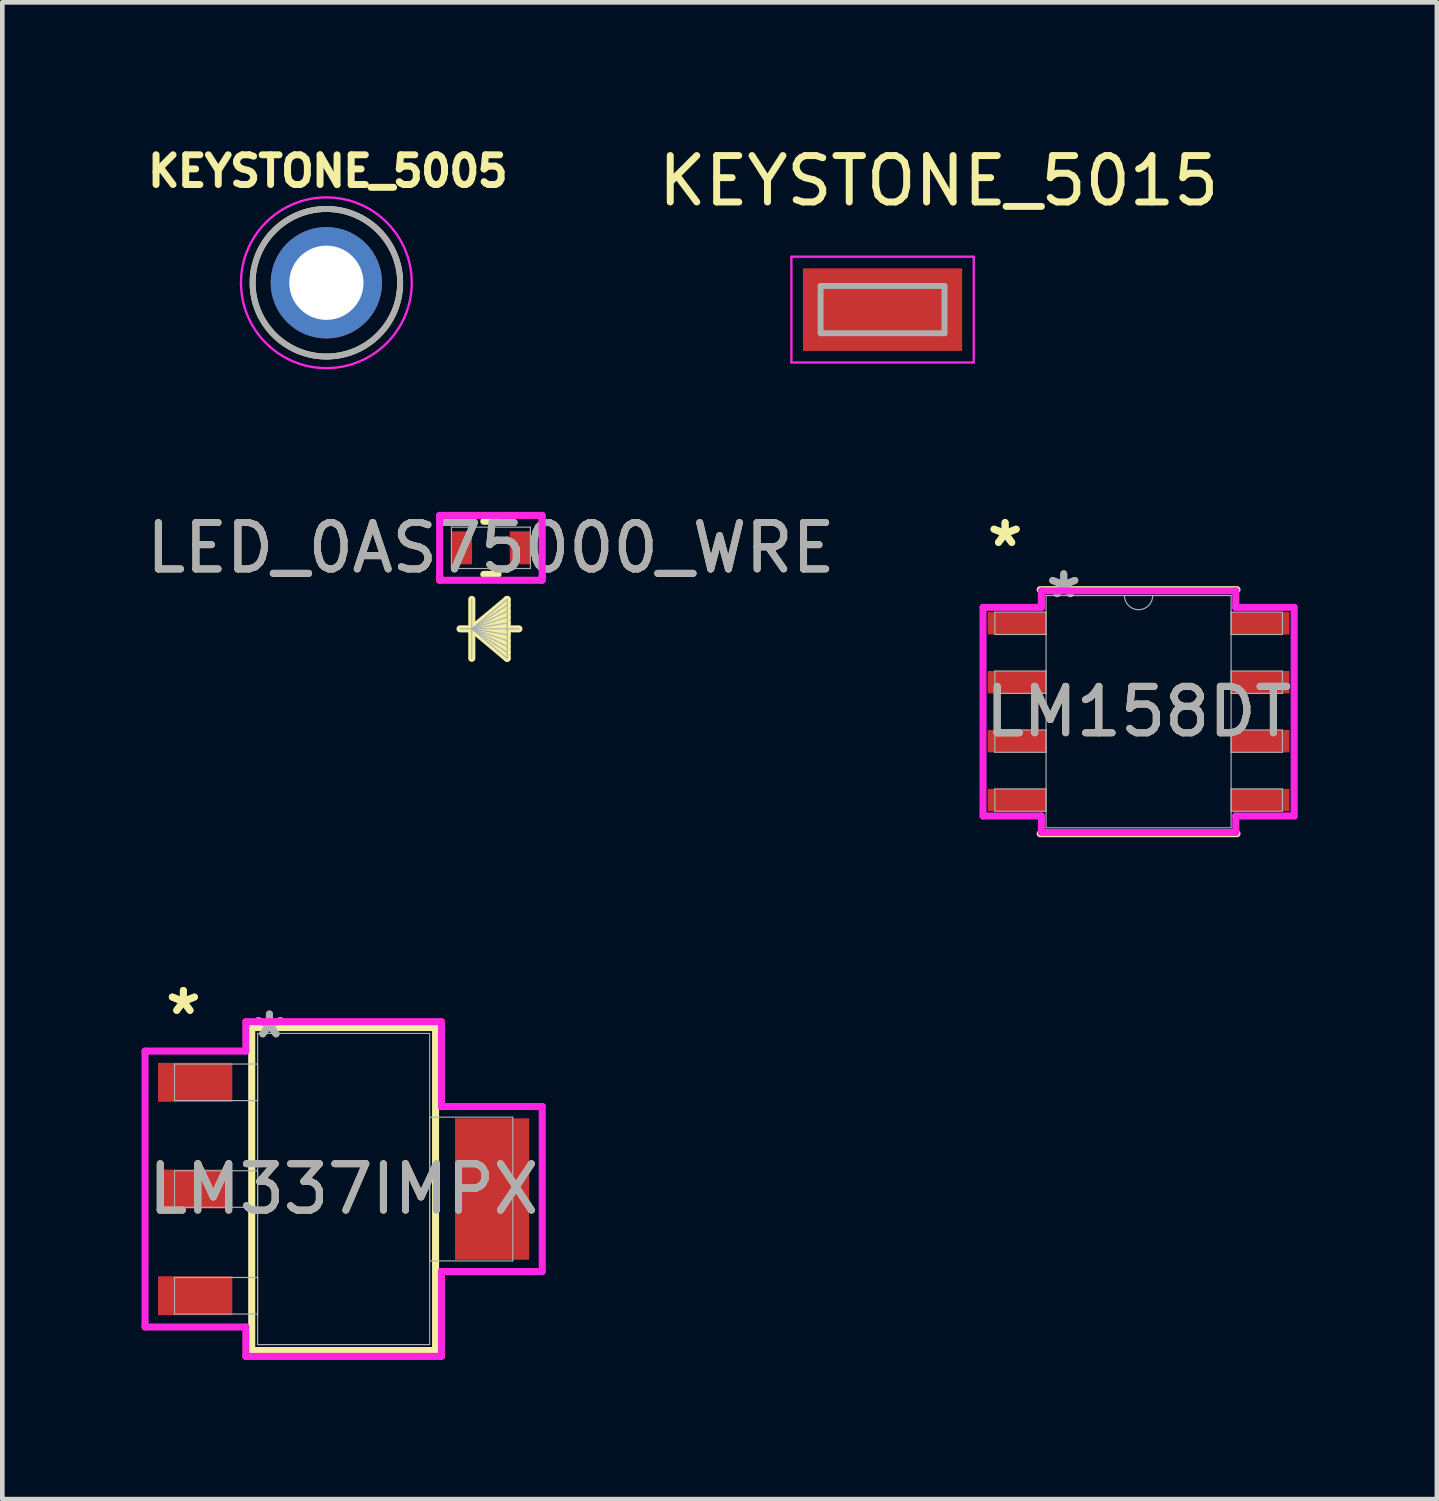
<source format=kicad_pcb>
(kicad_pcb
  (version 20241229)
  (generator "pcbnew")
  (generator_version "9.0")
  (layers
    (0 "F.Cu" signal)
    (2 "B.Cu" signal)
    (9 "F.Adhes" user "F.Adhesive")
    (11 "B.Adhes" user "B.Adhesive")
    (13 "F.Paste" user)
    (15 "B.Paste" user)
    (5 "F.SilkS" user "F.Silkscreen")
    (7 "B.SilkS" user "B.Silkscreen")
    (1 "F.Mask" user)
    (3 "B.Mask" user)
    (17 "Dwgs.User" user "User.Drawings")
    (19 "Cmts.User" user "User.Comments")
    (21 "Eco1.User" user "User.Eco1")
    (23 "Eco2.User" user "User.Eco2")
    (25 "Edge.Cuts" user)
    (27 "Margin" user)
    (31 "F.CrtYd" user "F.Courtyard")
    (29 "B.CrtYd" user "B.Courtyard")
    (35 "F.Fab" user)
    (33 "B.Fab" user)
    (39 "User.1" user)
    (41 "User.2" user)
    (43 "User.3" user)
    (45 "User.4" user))
  (footprint "LM158DT"
    (layer "F.Cu")
    (at 21.489 12.288)
    (property "Reference" "LM158DT" (at 0 0 0) (unlocked yes) (layer "F.SilkS") (effects (font (size 1 1) (thickness 0.15))))
    (attr smd)
    (fp_line (start -2.121 2.629) (end 2.121 2.629) (stroke (width 0.152) (type solid)) (layer "F.SilkS"))
    (fp_line (start 2.121 -2.629) (end -2.121 -2.629) (stroke (width 0.152) (type solid)) (layer "F.SilkS"))
    (fp_line (start -3.353 -2.248) (end -2.095 -2.248) (stroke (width 0.152) (type solid)) (layer "F.CrtYd"))
    (fp_line (start -3.353 2.248) (end -3.353 -2.248) (stroke (width 0.152) (type solid)) (layer "F.CrtYd"))
    (fp_line (start -3.353 2.248) (end -2.095 2.248) (stroke (width 0.152) (type solid)) (layer "F.CrtYd"))
    (fp_line (start -2.095 -2.603) (end 2.095 -2.603) (stroke (width 0.152) (type solid)) (layer "F.CrtYd"))
    (fp_line (start -2.095 -2.248) (end -2.095 -2.603) (stroke (width 0.152) (type solid)) (layer "F.CrtYd"))
    (fp_line (start -2.095 2.603) (end -2.095 2.248) (stroke (width 0.152) (type solid)) (layer "F.CrtYd"))
    (fp_line (start 2.095 -2.603) (end 2.095 -2.248) (stroke (width 0.152) (type solid)) (layer "F.CrtYd"))
    (fp_line (start 2.095 2.248) (end 2.095 2.603) (stroke (width 0.152) (type solid)) (layer "F.CrtYd"))
    (fp_line (start 2.095 2.603) (end -2.095 2.603) (stroke (width 0.152) (type solid)) (layer "F.CrtYd"))
    (fp_line (start 3.353 -2.248) (end 2.095 -2.248) (stroke (width 0.152) (type solid)) (layer "F.CrtYd"))
    (fp_line (start 3.353 -2.248) (end 3.353 2.248) (stroke (width 0.152) (type solid)) (layer "F.CrtYd"))
    (fp_line (start 3.353 2.248) (end 2.095 2.248) (stroke (width 0.152) (type solid)) (layer "F.CrtYd"))
    (fp_line (start -3.099 -2.146) (end -3.099 -1.664) (stroke (width 0.025) (type solid)) (layer "F.Fab"))
    (fp_line (start -3.099 -1.664) (end -1.994 -1.664) (stroke (width 0.025) (type solid)) (layer "F.Fab"))
    (fp_line (start -3.099 -0.876) (end -3.099 -0.394) (stroke (width 0.025) (type solid)) (layer "F.Fab"))
    (fp_line (start -3.099 -0.394) (end -1.994 -0.394) (stroke (width 0.025) (type solid)) (layer "F.Fab"))
    (fp_line (start -3.099 0.394) (end -3.099 0.876) (stroke (width 0.025) (type solid)) (layer "F.Fab"))
    (fp_line (start -3.099 0.876) (end -1.994 0.876) (stroke (width 0.025) (type solid)) (layer "F.Fab"))
    (fp_line (start -3.099 1.664) (end -3.099 2.146) (stroke (width 0.025) (type solid)) (layer "F.Fab"))
    (fp_line (start -3.099 2.146) (end -1.994 2.146) (stroke (width 0.025) (type solid)) (layer "F.Fab"))
    (fp_line (start -1.994 -2.502) (end -1.994 2.502) (stroke (width 0.025) (type solid)) (layer "F.Fab"))
    (fp_line (start -1.994 -2.146) (end -3.099 -2.146) (stroke (width 0.025) (type solid)) (layer "F.Fab"))
    (fp_line (start -1.994 -1.664) (end -1.994 -2.146) (stroke (width 0.025) (type solid)) (layer "F.Fab"))
    (fp_line (start -1.994 -0.876) (end -3.099 -0.876) (stroke (width 0.025) (type solid)) (layer "F.Fab"))
    (fp_line (start -1.994 -0.394) (end -1.994 -0.876) (stroke (width 0.025) (type solid)) (layer "F.Fab"))
    (fp_line (start -1.994 0.394) (end -3.099 0.394) (stroke (width 0.025) (type solid)) (layer "F.Fab"))
    (fp_line (start -1.994 0.876) (end -1.994 0.394) (stroke (width 0.025) (type solid)) (layer "F.Fab"))
    (fp_line (start -1.994 1.664) (end -3.099 1.664) (stroke (width 0.025) (type solid)) (layer "F.Fab"))
    (fp_line (start -1.994 2.146) (end -1.994 1.664) (stroke (width 0.025) (type solid)) (layer "F.Fab"))
    (fp_line (start -1.994 2.502) (end 1.994 2.502) (stroke (width 0.025) (type solid)) (layer "F.Fab"))
    (fp_line (start 1.994 -2.502) (end -1.994 -2.502) (stroke (width 0.025) (type solid)) (layer "F.Fab"))
    (fp_line (start 1.994 -2.146) (end 1.994 -1.664) (stroke (width 0.025) (type solid)) (layer "F.Fab"))
    (fp_line (start 1.994 -1.664) (end 3.099 -1.664) (stroke (width 0.025) (type solid)) (layer "F.Fab"))
    (fp_line (start 1.994 -0.876) (end 1.994 -0.394) (stroke (width 0.025) (type solid)) (layer "F.Fab"))
    (fp_line (start 1.994 -0.394) (end 3.099 -0.394) (stroke (width 0.025) (type solid)) (layer "F.Fab"))
    (fp_line (start 1.994 0.394) (end 1.994 0.876) (stroke (width 0.025) (type solid)) (layer "F.Fab"))
    (fp_line (start 1.994 0.876) (end 3.099 0.876) (stroke (width 0.025) (type solid)) (layer "F.Fab"))
    (fp_line (start 1.994 1.664) (end 1.994 2.146) (stroke (width 0.025) (type solid)) (layer "F.Fab"))
    (fp_line (start 1.994 2.146) (end 3.099 2.146) (stroke (width 0.025) (type solid)) (layer "F.Fab"))
    (fp_line (start 1.994 2.502) (end 1.994 -2.502) (stroke (width 0.025) (type solid)) (layer "F.Fab"))
    (fp_line (start 3.099 -2.146) (end 1.994 -2.146) (stroke (width 0.025) (type solid)) (layer "F.Fab"))
    (fp_line (start 3.099 -1.664) (end 3.099 -2.146) (stroke (width 0.025) (type solid)) (layer "F.Fab"))
    (fp_line (start 3.099 -0.876) (end 1.994 -0.876) (stroke (width 0.025) (type solid)) (layer "F.Fab"))
    (fp_line (start 3.099 -0.394) (end 3.099 -0.876) (stroke (width 0.025) (type solid)) (layer "F.Fab"))
    (fp_line (start 3.099 0.394) (end 1.994 0.394) (stroke (width 0.025) (type solid)) (layer "F.Fab"))
    (fp_line (start 3.099 0.876) (end 3.099 0.394) (stroke (width 0.025) (type solid)) (layer "F.Fab"))
    (fp_line (start 3.099 1.664) (end 1.994 1.664) (stroke (width 0.025) (type solid)) (layer "F.Fab"))
    (fp_line (start 3.099 2.146) (end 3.099 1.664) (stroke (width 0.025) (type solid)) (layer "F.Fab"))
    (fp_arc (start 0.3048 -2.5019) (mid 0 -2.1971) (end -0.3048 -2.5019) (stroke (width 0.0254) (type solid)) (layer "F.Fab"))
    (fp_text user "*" (at -2.877 -3.531 0) (layer "F.SilkS") (effects (font (size 1 1) (thickness 0.15))))
    (fp_text user "*" (at -2.877 -3.531 0) (unlocked yes) (layer "F.SilkS") (effects (font (size 1 1) (thickness 0.15))))
    (fp_text user "*" (at -1.613 -2.426 0) (layer "F.Fab") (effects (font (size 1 1) (thickness 0.15))))
    (fp_text user "*" (at -1.613 -2.426 0) (unlocked yes) (layer "F.Fab") (effects (font (size 1 1) (thickness 0.15))))
    (fp_text user "${REFERENCE}" (at 0 0 0) (unlocked yes) (layer "F.Fab") (effects (font (size 1 1) (thickness 0.15))))
    (pad "1" smd rect (at -2.623 -1.905) (size 1.257 0.483) (layers "F.Cu" "F.Mask" "F.Paste"))
    (pad "2" smd rect (at -2.623 -0.635) (size 1.257 0.483) (layers "F.Cu" "F.Mask" "F.Paste"))
    (pad "3" smd rect (at -2.623 0.635) (size 1.257 0.483) (layers "F.Cu" "F.Mask" "F.Paste"))
    (pad "4" smd rect (at -2.623 1.905) (size 1.257 0.483) (layers "F.Cu" "F.Mask" "F.Paste"))
    (pad "5" smd rect (at 2.623 1.905) (size 1.257 0.483) (layers "F.Cu" "F.Mask" "F.Paste"))
    (pad "6" smd rect (at 2.623 0.635) (size 1.257 0.483) (layers "F.Cu" "F.Mask" "F.Paste"))
    (pad "7" smd rect (at 2.623 -0.635) (size 1.257 0.483) (layers "F.Cu" "F.Mask" "F.Paste"))
    (pad "8" smd rect (at 2.623 -1.905) (size 1.257 0.483) (layers "F.Cu" "F.Mask" "F.Paste")))
  (footprint "LM337IMPX"
    (layer "F.Cu")
    (at 4.356 22.576)
    (property "Reference" "LM337IMPX" (at 0 0 0) (unlocked yes) (layer "F.SilkS") (effects (font (size 1 1) (thickness 0.15))))
    (attr smd)
    (fp_line (start -1.981 -3.48) (end -1.981 3.48) (stroke (width 0.152) (type solid)) (layer "F.SilkS"))
    (fp_line (start -1.981 3.48) (end 1.981 3.48) (stroke (width 0.152) (type solid)) (layer "F.SilkS"))
    (fp_line (start 1.981 -3.48) (end -1.981 -3.48) (stroke (width 0.152) (type solid)) (layer "F.SilkS"))
    (fp_line (start 1.981 3.48) (end 1.981 -3.48) (stroke (width 0.152) (type solid)) (layer "F.SilkS"))
    (fp_line (start -4.28 -2.973) (end -2.108 -2.973) (stroke (width 0.152) (type solid)) (layer "F.CrtYd"))
    (fp_line (start -4.28 2.973) (end -4.28 -2.973) (stroke (width 0.152) (type solid)) (layer "F.CrtYd"))
    (fp_line (start -2.108 -3.607) (end 2.108 -3.607) (stroke (width 0.152) (type solid)) (layer "F.CrtYd"))
    (fp_line (start -2.108 -2.973) (end -2.108 -3.607) (stroke (width 0.152) (type solid)) (layer "F.CrtYd"))
    (fp_line (start -2.108 2.973) (end -4.28 2.973) (stroke (width 0.152) (type solid)) (layer "F.CrtYd"))
    (fp_line (start -2.108 3.607) (end -2.108 2.973) (stroke (width 0.152) (type solid)) (layer "F.CrtYd"))
    (fp_line (start 2.108 -3.607) (end 2.108 -1.778) (stroke (width 0.152) (type solid)) (layer "F.CrtYd"))
    (fp_line (start 2.108 -1.778) (end 4.28 -1.778) (stroke (width 0.152) (type solid)) (layer "F.CrtYd"))
    (fp_line (start 2.108 1.778) (end 2.108 3.607) (stroke (width 0.152) (type solid)) (layer "F.CrtYd"))
    (fp_line (start 2.108 3.607) (end -2.108 3.607) (stroke (width 0.152) (type solid)) (layer "F.CrtYd"))
    (fp_line (start 4.28 -1.778) (end 4.28 1.778) (stroke (width 0.152) (type solid)) (layer "F.CrtYd"))
    (fp_line (start 4.28 1.778) (end 2.108 1.778) (stroke (width 0.152) (type solid)) (layer "F.CrtYd"))
    (fp_line (start -3.645 -2.694) (end -3.645 -1.906) (stroke (width 0.025) (type solid)) (layer "F.Fab"))
    (fp_line (start -3.645 -1.906) (end -1.854 -1.906) (stroke (width 0.025) (type solid)) (layer "F.Fab"))
    (fp_line (start -3.645 -0.394) (end -3.645 0.394) (stroke (width 0.025) (type solid)) (layer "F.Fab"))
    (fp_line (start -3.645 0.394) (end -1.854 0.394) (stroke (width 0.025) (type solid)) (layer "F.Fab"))
    (fp_line (start -3.645 1.906) (end -3.645 2.694) (stroke (width 0.025) (type solid)) (layer "F.Fab"))
    (fp_line (start -3.645 2.694) (end -1.854 2.694) (stroke (width 0.025) (type solid)) (layer "F.Fab"))
    (fp_line (start -1.854 -3.353) (end -1.854 3.353) (stroke (width 0.025) (type solid)) (layer "F.Fab"))
    (fp_line (start -1.854 -2.694) (end -3.645 -2.694) (stroke (width 0.025) (type solid)) (layer "F.Fab"))
    (fp_line (start -1.854 -1.906) (end -1.854 -2.694) (stroke (width 0.025) (type solid)) (layer "F.Fab"))
    (fp_line (start -1.854 -0.394) (end -3.645 -0.394) (stroke (width 0.025) (type solid)) (layer "F.Fab"))
    (fp_line (start -1.854 0.394) (end -1.854 -0.394) (stroke (width 0.025) (type solid)) (layer "F.Fab"))
    (fp_line (start -1.854 1.906) (end -3.645 1.906) (stroke (width 0.025) (type solid)) (layer "F.Fab"))
    (fp_line (start -1.854 2.694) (end -1.854 1.906) (stroke (width 0.025) (type solid)) (layer "F.Fab"))
    (fp_line (start -1.854 3.353) (end 1.854 3.353) (stroke (width 0.025) (type solid)) (layer "F.Fab"))
    (fp_line (start 1.854 -3.353) (end -1.854 -3.353) (stroke (width 0.025) (type solid)) (layer "F.Fab"))
    (fp_line (start 1.854 -1.549) (end 1.854 1.549) (stroke (width 0.025) (type solid)) (layer "F.Fab"))
    (fp_line (start 1.854 1.549) (end 3.645 1.549) (stroke (width 0.025) (type solid)) (layer "F.Fab"))
    (fp_line (start 1.854 3.353) (end 1.854 -3.353) (stroke (width 0.025) (type solid)) (layer "F.Fab"))
    (fp_line (start 3.645 -1.549) (end 1.854 -1.549) (stroke (width 0.025) (type solid)) (layer "F.Fab"))
    (fp_line (start 3.645 1.549) (end 3.645 -1.549) (stroke (width 0.025) (type solid)) (layer "F.Fab"))
    (fp_text user "*" (at -3.454 -3.735 0) (unlocked yes) (layer "F.SilkS") (effects (font (size 1 1) (thickness 0.15))))
    (fp_text user "*" (at -3.454 -3.735 0) (layer "F.SilkS") (effects (font (size 1 1) (thickness 0.15))))
    (fp_text user "*" (at -1.6 -3.227 0) (unlocked yes) (layer "F.Fab") (effects (font (size 1 1) (thickness 0.15))))
    (fp_text user "*" (at -1.6 -3.227 0) (layer "F.Fab") (effects (font (size 1 1) (thickness 0.15))))
    (fp_text user "${REFERENCE}" (at 0 0 0) (unlocked yes) (layer "F.Fab") (effects (font (size 1 1) (thickness 0.15))))
    (pad "1" smd rect (at -3.2 -2.3) (size 1.6 0.838) (layers "F.Cu" "F.Mask" "F.Paste"))
    (pad "2" smd rect (at -3.2 0) (size 1.6 0.838) (layers "F.Cu" "F.Mask" "F.Paste"))
    (pad "3" smd rect (at -3.2 2.3) (size 1.6 0.838) (layers "F.Cu" "F.Mask" "F.Paste"))
    (pad "4" smd rect (at 3.2 0) (size 1.6 3.048) (layers "F.Cu" "F.Mask" "F.Paste")))
  (footprint "LED_0AS75000_WRE"
    (layer "F.Cu")
    (at 7.53 8.757)
    (property "Reference" "LED_0AS75000_WRE" (at 0 0 0) (unlocked yes) (layer "F.SilkS") (effects (font (size 1 1) (thickness 0.15))))
    (attr smd)
    (fp_line (start -0.412 1.111) (end -0.412 2.381) (stroke (width 0.152) (type solid)) (layer "F.SilkS"))
    (fp_line (start -0.412 1.746) (end 0.35 1.111) (stroke (width 0.152) (type solid)) (layer "F.SilkS"))
    (fp_line (start -0.412 1.746) (end 0.35 1.238) (stroke (width 0.152) (type solid)) (layer "F.SilkS"))
    (fp_line (start -0.412 1.746) (end 0.35 1.365) (stroke (width 0.152) (type solid)) (layer "F.SilkS"))
    (fp_line (start -0.412 1.746) (end 0.35 1.492) (stroke (width 0.152) (type solid)) (layer "F.SilkS"))
    (fp_line (start -0.412 1.746) (end 0.35 1.619) (stroke (width 0.152) (type solid)) (layer "F.SilkS"))
    (fp_line (start -0.412 1.746) (end 0.35 1.873) (stroke (width 0.152) (type solid)) (layer "F.SilkS"))
    (fp_line (start -0.412 1.746) (end 0.35 2) (stroke (width 0.152) (type solid)) (layer "F.SilkS"))
    (fp_line (start -0.412 1.746) (end 0.35 2.127) (stroke (width 0.152) (type solid)) (layer "F.SilkS"))
    (fp_line (start -0.412 1.746) (end 0.35 2.254) (stroke (width 0.152) (type solid)) (layer "F.SilkS"))
    (fp_line (start -0.412 1.746) (end 0.35 2.381) (stroke (width 0.152) (type solid)) (layer "F.SilkS"))
    (fp_line (start -0.153 0.572) (end 0.153 0.572) (stroke (width 0.152) (type solid)) (layer "F.SilkS"))
    (fp_line (start 0.153 -0.572) (end -0.153 -0.572) (stroke (width 0.152) (type solid)) (layer "F.SilkS"))
    (fp_line (start 0.35 1.111) (end 0.35 2.381) (stroke (width 0.152) (type solid)) (layer "F.SilkS"))
    (fp_line (start 0.604 1.746) (end -0.666 1.746) (stroke (width 0.152) (type solid)) (layer "F.SilkS"))
    (fp_line (start -1.105 -0.699) (end 1.105 -0.699) (stroke (width 0.152) (type solid)) (layer "F.CrtYd"))
    (fp_line (start -1.105 -0.61) (end -1.105 -0.699) (stroke (width 0.152) (type solid)) (layer "F.CrtYd"))
    (fp_line (start -1.105 -0.61) (end -1.105 -0.61) (stroke (width 0.152) (type solid)) (layer "F.CrtYd"))
    (fp_line (start -1.105 0.61) (end -1.105 -0.61) (stroke (width 0.152) (type solid)) (layer "F.CrtYd"))
    (fp_line (start -1.105 0.61) (end -1.105 0.61) (stroke (width 0.152) (type solid)) (layer "F.CrtYd"))
    (fp_line (start -1.105 0.699) (end -1.105 0.61) (stroke (width 0.152) (type solid)) (layer "F.CrtYd"))
    (fp_line (start 1.105 -0.699) (end 1.105 -0.61) (stroke (width 0.152) (type solid)) (layer "F.CrtYd"))
    (fp_line (start 1.105 -0.61) (end 1.105 -0.61) (stroke (width 0.152) (type solid)) (layer "F.CrtYd"))
    (fp_line (start 1.105 -0.61) (end 1.105 0.61) (stroke (width 0.152) (type solid)) (layer "F.CrtYd"))
    (fp_line (start 1.105 0.61) (end 1.105 0.61) (stroke (width 0.152) (type solid)) (layer "F.CrtYd"))
    (fp_line (start 1.105 0.61) (end 1.105 0.699) (stroke (width 0.152) (type solid)) (layer "F.CrtYd"))
    (fp_line (start 1.105 0.699) (end -1.105 0.699) (stroke (width 0.152) (type solid)) (layer "F.CrtYd"))
    (fp_line (start -0.851 -0.445) (end -0.851 0.445) (stroke (width 0.025) (type solid)) (layer "F.Fab"))
    (fp_line (start -0.851 0.445) (end 0.851 0.445) (stroke (width 0.025) (type solid)) (layer "F.Fab"))
    (fp_line (start -0.412 1.111) (end -0.412 2.381) (stroke (width 0.025) (type solid)) (layer "F.Fab"))
    (fp_line (start -0.412 1.746) (end 0.35 1.111) (stroke (width 0.025) (type solid)) (layer "F.Fab"))
    (fp_line (start -0.412 1.746) (end 0.35 1.238) (stroke (width 0.025) (type solid)) (layer "F.Fab"))
    (fp_line (start -0.412 1.746) (end 0.35 1.365) (stroke (width 0.025) (type solid)) (layer "F.Fab"))
    (fp_line (start -0.412 1.746) (end 0.35 1.492) (stroke (width 0.025) (type solid)) (layer "F.Fab"))
    (fp_line (start -0.412 1.746) (end 0.35 1.619) (stroke (width 0.025) (type solid)) (layer "F.Fab"))
    (fp_line (start -0.412 1.746) (end 0.35 1.873) (stroke (width 0.025) (type solid)) (layer "F.Fab"))
    (fp_line (start -0.412 1.746) (end 0.35 2) (stroke (width 0.025) (type solid)) (layer "F.Fab"))
    (fp_line (start -0.412 1.746) (end 0.35 2.127) (stroke (width 0.025) (type solid)) (layer "F.Fab"))
    (fp_line (start -0.412 1.746) (end 0.35 2.254) (stroke (width 0.025) (type solid)) (layer "F.Fab"))
    (fp_line (start -0.412 1.746) (end 0.35 2.381) (stroke (width 0.025) (type solid)) (layer "F.Fab"))
    (fp_line (start 0.35 1.111) (end 0.35 2.381) (stroke (width 0.025) (type solid)) (layer "F.Fab"))
    (fp_line (start 0.604 1.746) (end -0.666 1.746) (stroke (width 0.025) (type solid)) (layer "F.Fab"))
    (fp_line (start 0.851 -0.445) (end -0.851 -0.445) (stroke (width 0.025) (type solid)) (layer "F.Fab"))
    (fp_line (start 0.851 0.445) (end 0.851 -0.445) (stroke (width 0.025) (type solid)) (layer "F.Fab"))
    (fp_text user "${REFERENCE}" (at 0 0 0) (unlocked yes) (layer "F.Fab") (effects (font (size 1 1) (thickness 0.15))))
    (pad "1" smd rect (at -0.629 0) (size 0.445 0.711) (layers "F.Cu" "F.Mask" "F.Paste"))
    (pad "2" smd rect (at 0.629 0) (size 0.445 0.711) (layers "F.Cu" "F.Mask" "F.Paste"))
    (zone (net_name "") (layer "F.Cu") (hatch full 0.508) (connect_pads) (min_thickness 0.254) (filled_areas_thickness no) (keepout (tracks not_allowed) (vias not_allowed) (pads allowed) (copperpour not_allowed) (footprints allowed)) (placement (enabled no)) (fill) (polygon (pts (xy 7.174 8.364) (xy 7.885 8.364) (xy 7.885 9.151) (xy 7.174 9.151)))))
  (footprint "KEYSTONE_5015"
    (layer "F.Cu")
    (at 15.971 3.623)
    (property "Reference" "KEYSTONE_5015" (at 1.21 -2.775 0) (layer "F.SilkS") (effects (font (size 1 1) (thickness 0.15))))
    (attr smd)
    (fp_line (start -1.965 -1.14) (end -1.965 1.14) (stroke (width 0.05) (type solid)) (layer "F.CrtYd"))
    (fp_line (start -1.965 1.14) (end 1.965 1.14) (stroke (width 0.05) (type solid)) (layer "F.CrtYd"))
    (fp_line (start 1.965 -1.14) (end -1.965 -1.14) (stroke (width 0.05) (type solid)) (layer "F.CrtYd"))
    (fp_line (start 1.965 1.14) (end 1.965 -1.14) (stroke (width 0.05) (type solid)) (layer "F.CrtYd"))
    (fp_line (start -1.335 -0.51) (end 1.335 -0.51) (stroke (width 0.127) (type solid)) (layer "F.Fab"))
    (fp_line (start -1.335 0.51) (end -1.335 -0.51) (stroke (width 0.127) (type solid)) (layer "F.Fab"))
    (fp_line (start 1.335 -0.51) (end 1.335 0.51) (stroke (width 0.127) (type solid)) (layer "F.Fab"))
    (fp_line (start 1.335 0.51) (end -1.335 0.51) (stroke (width 0.127) (type solid)) (layer "F.Fab"))
    (pad "TP" smd rect (at 0 0) (size 3.43 1.78) (layers "F.Cu" "F.Mask" "F.Paste")))
  (footprint "KEYSTONE_5005"
    (layer "F.Cu")
    (at 3.984 3.044)
    (property "Reference" "KEYSTONE_5005" (at 0.032 -2.406 0) (layer "F.SilkS") (effects (font (size 0.64 0.64) (thickness 0.15))))
    (attr through_hole)
    (fp_circle (center 0 0) (end 1.59 0) (stroke (width 0.127) (type solid)) (fill no) (layer "F.SilkS"))
    (fp_circle (center 0 0) (end 1.84 0) (stroke (width 0.05) (type solid)) (fill no) (layer "F.CrtYd"))
    (fp_circle (center 0 0) (end 1.59 0) (stroke (width 0.127) (type solid)) (fill no) (layer "F.Fab"))
    (pad "TP" thru_hole circle (at 0 0) (size 2.4 2.4) (drill 1.6) (layers "*.Cu" "*.Mask")))
  (gr_rect
    (start -3 -3)
    (end 27.918 29.259)
    (stroke (width 0.1) (type default))
    (fill no)
    (layer "Edge.Cuts")))
</source>
